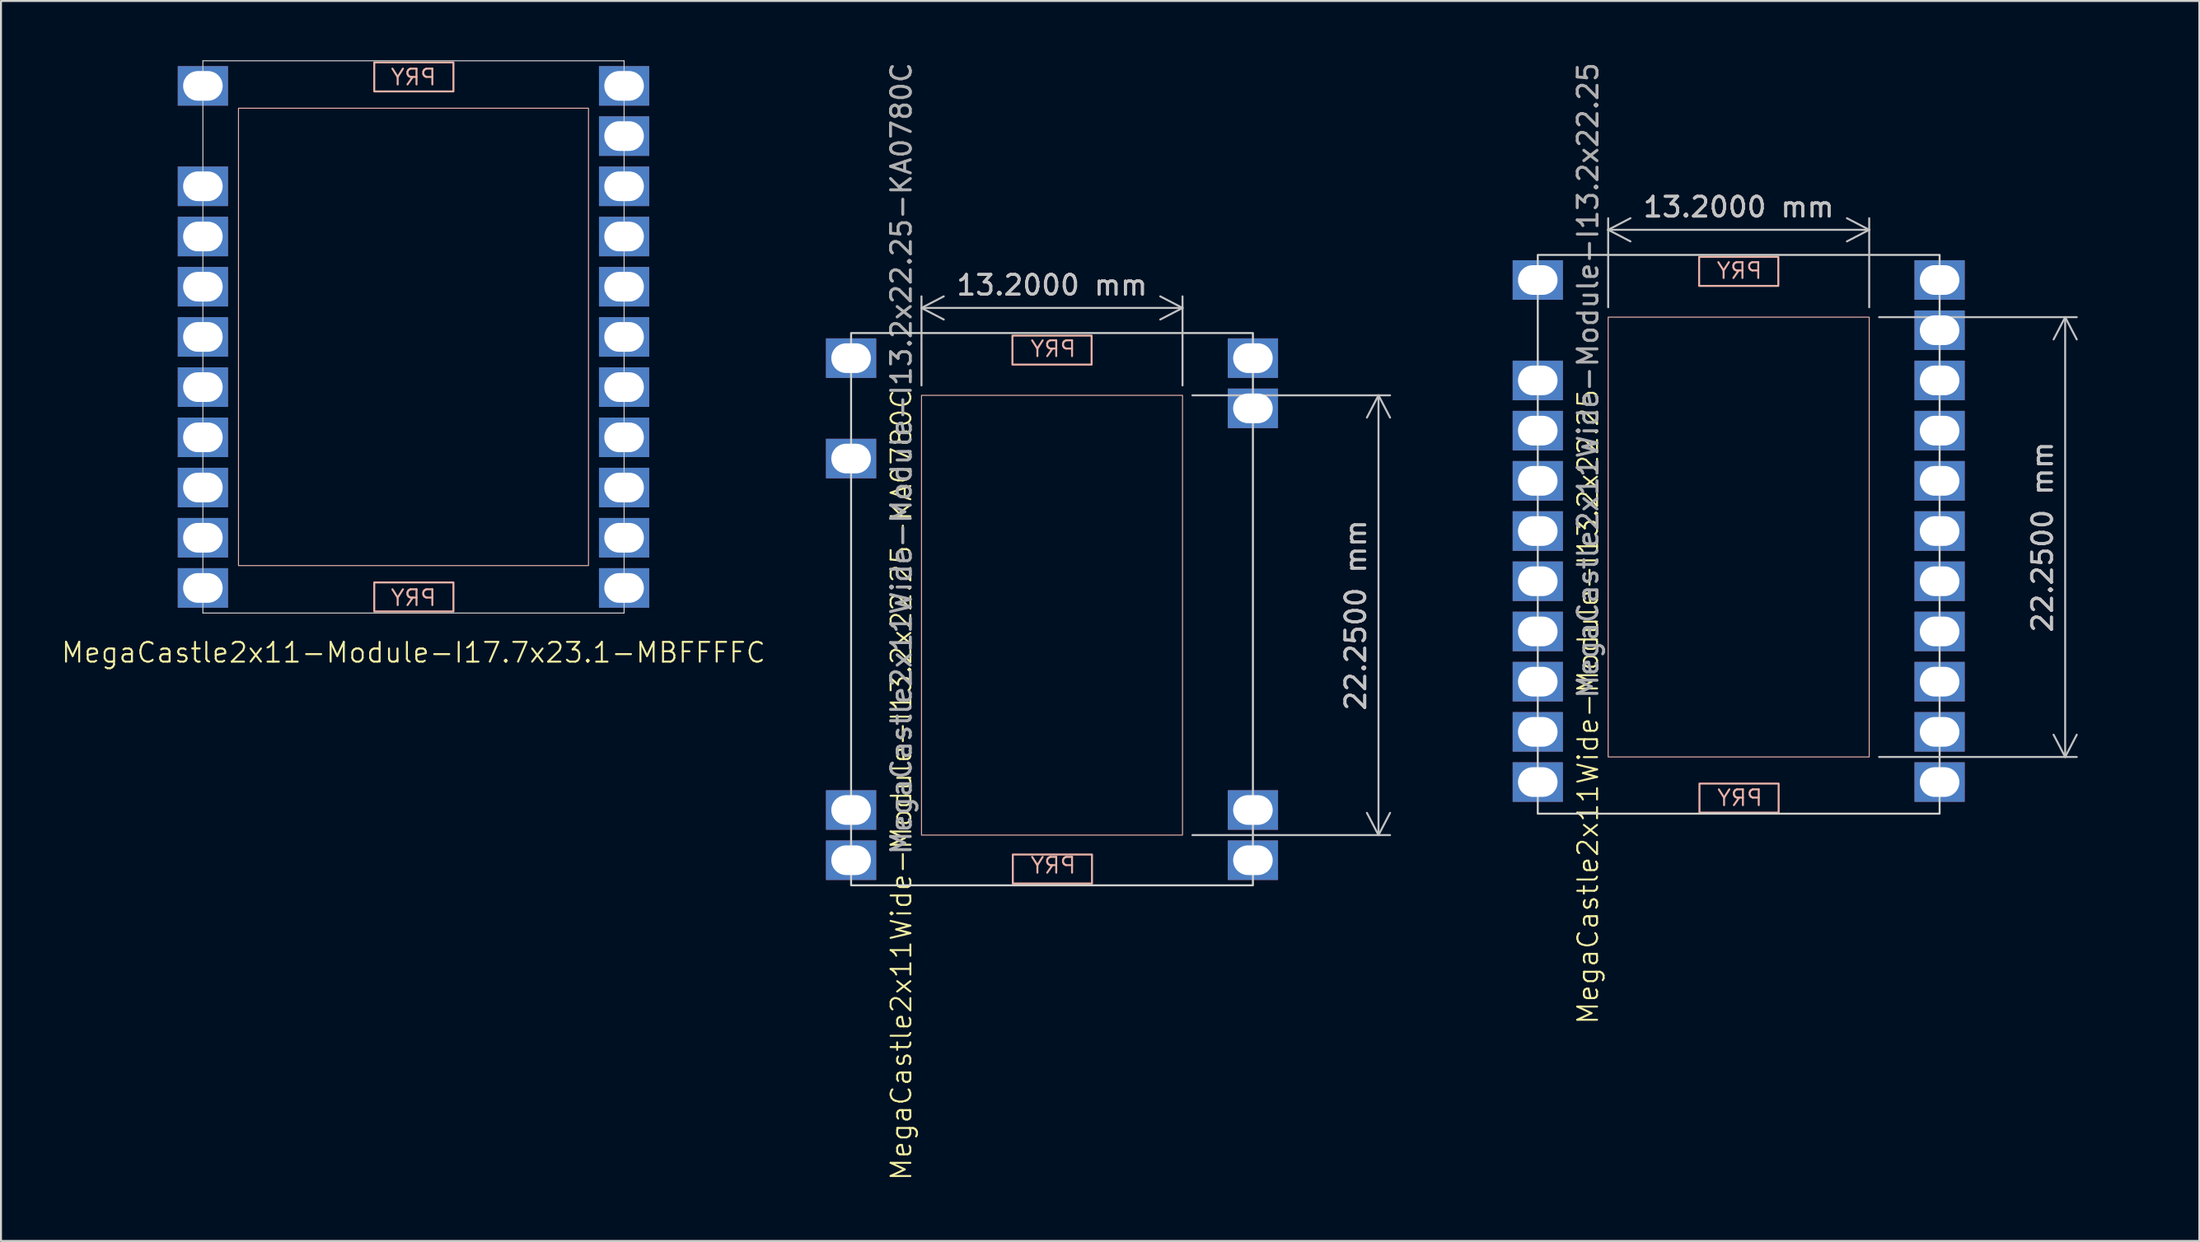
<source format=kicad_pcb>
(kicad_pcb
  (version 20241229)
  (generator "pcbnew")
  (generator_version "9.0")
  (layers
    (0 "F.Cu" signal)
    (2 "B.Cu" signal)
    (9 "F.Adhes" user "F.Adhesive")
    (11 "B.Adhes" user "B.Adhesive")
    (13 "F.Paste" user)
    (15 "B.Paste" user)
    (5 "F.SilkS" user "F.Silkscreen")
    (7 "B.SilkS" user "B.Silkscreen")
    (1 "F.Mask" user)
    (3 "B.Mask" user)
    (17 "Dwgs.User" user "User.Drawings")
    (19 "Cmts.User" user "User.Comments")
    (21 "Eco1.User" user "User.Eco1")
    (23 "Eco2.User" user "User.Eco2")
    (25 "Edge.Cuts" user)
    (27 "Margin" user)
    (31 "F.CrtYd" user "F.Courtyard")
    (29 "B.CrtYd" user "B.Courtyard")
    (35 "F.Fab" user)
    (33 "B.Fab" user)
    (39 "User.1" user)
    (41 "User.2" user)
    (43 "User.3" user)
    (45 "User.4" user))
  (footprint "MegaCastle2x11-Module-I17.7x23.1-MBFFFFC"
    (layer "F.Cu")
    (at 17.86 13.995)
    (property "Reference" "MegaCastle2x11-Module-I17.7x23.1-MBFFFFC" (at 0 15.97 0) (unlocked yes) (layer "F.SilkS") (effects (font (size 1 1) (thickness 0.1))))
    (attr smd)
    (fp_rect (start -8.85 11.57) (end 8.85 -11.57) (stroke (width 0.05) (type default)) (fill no) (layer "B.SilkS"))
    (fp_rect (start -1.984 -12.421) (end 2.02 -13.89) (stroke (width 0.1) (type default)) (fill no) (layer "B.SilkS"))
    (fp_rect (start -1.984 12.421) (end 2.02 13.89) (stroke (width 0.1) (type default)) (fill no) (layer "B.SilkS"))
    (fp_line (start -10.65 -13.97) (end -10.65 13.97) (stroke (width 0.05) (type default)) (layer "Edge.Cuts"))
    (fp_line (start -10.65 -13.97) (end 10.65 -13.97) (stroke (width 0.05) (type default)) (layer "Edge.Cuts"))
    (fp_line (start -10.65 13.97) (end 10.65 13.97) (stroke (width 0.05) (type default)) (layer "Edge.Cuts"))
    (fp_line (start 10.65 -13.97) (end 10.65 13.97) (stroke (width 0.05) (type default)) (layer "Edge.Cuts"))
    (fp_text user "PRY" (at 0 13.67 0) (unlocked yes) (layer "B.SilkS") (effects (font (size 0.8 0.8) (thickness 0.1)) (justify bottom mirror)))
    (fp_text user "PRY" (at 0 -12.67 0) (unlocked yes) (layer "B.SilkS") (effects (font (size 0.8 0.8) (thickness 0.1)) (justify bottom mirror)))
    (pad "1" thru_hole rect (at -10.65 -12.7) (size 2.54 2) (drill oval 2 1.5) (property pad_prop_castellated) (layers "*.Cu" "*.Mask"))
    (pad "3" thru_hole rect (at -10.65 -7.62) (size 2.54 2) (drill oval 2 1.5) (property pad_prop_castellated) (layers "*.Cu" "*.Mask"))
    (pad "4" thru_hole rect (at -10.65 -5.08) (size 2.54 2) (drill oval 2 1.5) (property pad_prop_castellated) (layers "*.Cu" "*.Mask"))
    (pad "5" thru_hole rect (at -10.65 -2.54) (size 2.54 2) (drill oval 2 1.5) (property pad_prop_castellated) (layers "*.Cu" "*.Mask"))
    (pad "6" thru_hole rect (at -10.65 0) (size 2.54 2) (drill oval 2 1.5) (property pad_prop_castellated) (layers "*.Cu" "*.Mask"))
    (pad "7" thru_hole rect (at -10.65 2.54) (size 2.54 2) (drill oval 2 1.5) (property pad_prop_castellated) (layers "*.Cu" "*.Mask"))
    (pad "8" thru_hole rect (at -10.65 5.08) (size 2.54 2) (drill oval 2 1.5) (property pad_prop_castellated) (layers "*.Cu" "*.Mask"))
    (pad "9" thru_hole rect (at -10.65 7.62) (size 2.54 2) (drill oval 2 1.5) (property pad_prop_castellated) (layers "*.Cu" "*.Mask"))
    (pad "10" thru_hole rect (at -10.65 10.16) (size 2.54 2) (drill oval 2 1.5) (property pad_prop_castellated) (layers "*.Cu" "*.Mask"))
    (pad "11" thru_hole rect (at -10.65 12.7) (size 2.54 2) (drill oval 2 1.5) (property pad_prop_castellated) (layers "*.Cu" "*.Mask"))
    (pad "12" thru_hole rect (at 10.65 -12.7) (size 2.54 2) (drill oval 2 1.5) (property pad_prop_castellated) (layers "*.Cu" "*.Mask"))
    (pad "13" thru_hole rect (at 10.65 -10.16) (size 2.54 2) (drill oval 2 1.5) (property pad_prop_castellated) (layers "*.Cu" "*.Mask"))
    (pad "14" thru_hole rect (at 10.65 -7.62) (size 2.54 2) (drill oval 2 1.5) (property pad_prop_castellated) (layers "*.Cu" "*.Mask"))
    (pad "15" thru_hole rect (at 10.65 -5.08) (size 2.54 2) (drill oval 2 1.5) (property pad_prop_castellated) (layers "*.Cu" "*.Mask"))
    (pad "16" thru_hole rect (at 10.65 -2.54) (size 2.54 2) (drill oval 2 1.5) (property pad_prop_castellated) (layers "*.Cu" "*.Mask"))
    (pad "17" thru_hole rect (at 10.65 0) (size 2.54 2) (drill oval 2 1.5) (property pad_prop_castellated) (layers "*.Cu" "*.Mask"))
    (pad "18" thru_hole rect (at 10.65 2.54) (size 2.54 2) (drill oval 2 1.5) (property pad_prop_castellated) (layers "*.Cu" "*.Mask"))
    (pad "19" thru_hole rect (at 10.65 5.08) (size 2.54 2) (drill oval 2 1.5) (property pad_prop_castellated) (layers "*.Cu" "*.Mask"))
    (pad "20" thru_hole rect (at 10.65 7.62) (size 2.54 2) (drill oval 2 1.5) (property pad_prop_castellated) (layers "*.Cu" "*.Mask"))
    (pad "21" thru_hole rect (at 10.65 10.16) (size 2.54 2) (drill oval 2 1.5) (property pad_prop_castellated) (layers "*.Cu" "*.Mask"))
    (pad "22" thru_hole rect (at 10.65 12.7) (size 2.54 2) (drill oval 2 1.5) (property pad_prop_castellated) (layers "*.Cu" "*.Mask"))
    (zone (net_name "") (layer "B.Cu") (hatch edge 0.5) (connect_pads) (min_thickness 0.25) (filled_areas_thickness no) (keepout (tracks allowed) (vias allowed) (pads allowed) (copperpour allowed) (footprints not_allowed)) (placement (enabled no)) (fill) (polygon (pts (xy 7.21 27.965) (xy 7.21 0.025) (xy 9.01 0.025) (xy 9.01 27.965))))
    (zone (net_name "") (layer "B.Cu") (hatch edge 0.5) (connect_pads) (min_thickness 0.25) (filled_areas_thickness no) (keepout (tracks allowed) (vias allowed) (pads allowed) (copperpour allowed) (footprints not_allowed)) (placement (enabled no)) (fill) (polygon (pts (xy 9.01 0.025) (xy 9.01 2.425) (xy 26.71 2.425) (xy 26.71 0.025))))
    (zone (net_name "") (layer "B.Cu") (hatch edge 0.5) (connect_pads) (min_thickness 0.25) (filled_areas_thickness no) (keepout (tracks allowed) (vias allowed) (pads allowed) (copperpour allowed) (footprints not_allowed)) (placement (enabled no)) (fill) (polygon (pts (xy 9.01 27.965) (xy 9.01 25.565) (xy 26.71 25.565) (xy 26.71 27.965))))
    (zone (net_name "") (layer "B.Cu") (name "Upper Pry Zone") (hatch edge 0.5) (connect_pads) (min_thickness 0.25) (filled_areas_thickness no) (keepout (tracks not_allowed) (vias not_allowed) (pads not_allowed) (copperpour allowed) (footprints not_allowed)) (placement (enabled no)) (fill) (polygon (pts (xy 15.875 1.574) (xy 15.875 0.105) (xy 19.879 0.105) (xy 19.879 1.574))))
    (zone (net_name "") (layer "B.Cu") (name "Upper Pry Zone") (hatch edge 0.5) (connect_pads) (min_thickness 0.25) (filled_areas_thickness no) (keepout (tracks not_allowed) (vias not_allowed) (pads not_allowed) (copperpour allowed) (footprints not_allowed)) (placement (enabled no)) (fill) (polygon (pts (xy 15.875 26.416) (xy 15.875 27.885) (xy 19.879 27.885) (xy 19.879 26.416))))
    (zone (net_name "") (layer "B.Cu") (hatch edge 0.5) (connect_pads) (min_thickness 0.25) (filled_areas_thickness no) (keepout (tracks allowed) (vias allowed) (pads allowed) (copperpour allowed) (footprints not_allowed)) (placement (enabled no)) (fill) (polygon (pts (xy 28.51 27.965) (xy 28.51 0.025) (xy 26.71 0.025) (xy 26.71 27.965)))))
  (footprint "MegaCastle2x11Wide-Module-I13.2x22.25"
    (layer "F.Cu")
    (at 84.874 22.546)
    (property "Reference" "MegaCastle2x11Wide-Module-I13.2x22.25" (at -7.62 10.16 90) (unlocked yes) (layer "F.SilkS") (effects (font (size 1 1) (thickness 0.1))))
    (attr smd)
    (fp_rect (start -6.6 12.7) (end 6.6 -9.55) (stroke (width 0.05) (type default)) (fill no) (layer "B.SilkS"))
    (fp_rect (start -2 -12.6) (end 2.004 -11.131) (stroke (width 0.1) (type default)) (fill no) (layer "B.SilkS"))
    (fp_rect (start -1.984 14.046) (end 2.02 15.515) (stroke (width 0.1) (type default)) (fill no) (layer "B.SilkS"))
    (fp_rect (start -10.16 -12.7) (end 10.16 15.57) (stroke (width 0.1) (type default)) (fill no) (layer "Edge.Cuts"))
    (fp_text user "PRY" (at 1.245 -11.43 0) (unlocked yes) (layer "B.SilkS") (effects (font (size 0.8 0.8) (thickness 0.1)) (justify left bottom mirror)))
    (fp_text user "PRY" (at 1.27 15.24 0) (unlocked yes) (layer "B.SilkS") (effects (font (size 0.8 0.8) (thickness 0.1)) (justify left bottom mirror)))
    (fp_text user "${REFERENCE}" (at -7.62 -6.35 90) (unlocked yes) (layer "F.Fab") (effects (font (size 1 1) (thickness 0.15))))
    (dimension (type aligned) (layer "Dwgs.User") (pts (xy 91.474 12.996) (xy 91.474 35.246)) (height -9.91) (format (prefix "") (suffix "") (units 3) (units_format 1) (precision 4)) (style (thickness 0.1) (arrow_length 1.27) (text_position_mode 0) (arrow_direction outward) (extension_height 0.586) (extension_offset 0.5) (keep_text_aligned yes)) (gr_text "22.2500 mm" (at 100.234 24.121 90) (layer "Dwgs.User") (effects (font (size 1 1) (thickness 0.15)))))
    (dimension (type aligned) (layer "Dwgs.User") (pts (xy 78.274 12.996) (xy 91.474 12.996)) (height -4.42) (format (prefix "") (suffix "") (units 3) (units_format 1) (precision 4)) (style (thickness 0.1) (arrow_length 1.27) (text_position_mode 0) (arrow_direction outward) (extension_height 0.586) (extension_offset 0.5) (keep_text_aligned yes)) (gr_text "13.2000 mm" (at 84.874 7.426 0) (layer "Dwgs.User") (effects (font (size 1 1) (thickness 0.15)))))
    (pad "1" thru_hole rect (at -10.16 -11.43) (size 2.54 2) (drill oval 2 1.5) (property pad_prop_castellated) (layers "*.Cu" "*.Mask"))
    (pad "3" thru_hole rect (at -10.16 -6.35) (size 2.54 2) (drill oval 2 1.5) (property pad_prop_castellated) (layers "*.Cu" "*.Mask"))
    (pad "4" thru_hole rect (at -10.16 -3.81) (size 2.54 2) (drill oval 2 1.5) (property pad_prop_castellated) (layers "*.Cu" "*.Mask"))
    (pad "5" thru_hole rect (at -10.16 -1.27) (size 2.54 2) (drill oval 2 1.5) (property pad_prop_castellated) (layers "*.Cu" "*.Mask"))
    (pad "6" thru_hole rect (at -10.16 1.27) (size 2.54 2) (drill oval 2 1.5) (property pad_prop_castellated) (layers "*.Cu" "*.Mask"))
    (pad "7" thru_hole rect (at -10.16 3.81) (size 2.54 2) (drill oval 2 1.5) (property pad_prop_castellated) (layers "*.Cu" "*.Mask"))
    (pad "8" thru_hole rect (at -10.16 6.35) (size 2.54 2) (drill oval 2 1.5) (property pad_prop_castellated) (layers "*.Cu" "*.Mask"))
    (pad "9" thru_hole rect (at -10.16 8.89) (size 2.54 2) (drill oval 2 1.5) (property pad_prop_castellated) (layers "*.Cu" "*.Mask"))
    (pad "10" thru_hole rect (at -10.16 11.43) (size 2.54 2) (drill oval 2 1.5) (property pad_prop_castellated) (layers "*.Cu" "*.Mask"))
    (pad "11" thru_hole rect (at -10.16 13.97) (size 2.54 2) (drill oval 2 1.5) (property pad_prop_castellated) (layers "*.Cu" "*.Mask"))
    (pad "12" thru_hole rect (at 10.16 -11.43) (size 2.54 2) (drill oval 2 1.5) (property pad_prop_castellated) (layers "*.Cu" "*.Mask"))
    (pad "13" thru_hole rect (at 10.16 -8.89) (size 2.54 2) (drill oval 2 1.5) (property pad_prop_castellated) (layers "*.Cu" "*.Mask"))
    (pad "14" thru_hole rect (at 10.16 -6.35) (size 2.54 2) (drill oval 2 1.5) (property pad_prop_castellated) (layers "*.Cu" "*.Mask"))
    (pad "15" thru_hole rect (at 10.16 -3.81) (size 2.54 2) (drill oval 2 1.5) (property pad_prop_castellated) (layers "*.Cu" "*.Mask"))
    (pad "16" thru_hole rect (at 10.16 -1.27) (size 2.54 2) (drill oval 2 1.5) (property pad_prop_castellated) (layers "*.Cu" "*.Mask"))
    (pad "17" thru_hole rect (at 10.16 1.27) (size 2.54 2) (drill oval 2 1.5) (property pad_prop_castellated) (layers "*.Cu" "*.Mask"))
    (pad "18" thru_hole rect (at 10.16 3.81) (size 2.54 2) (drill oval 2 1.5) (property pad_prop_castellated) (layers "*.Cu" "*.Mask"))
    (pad "19" thru_hole rect (at 10.16 6.35) (size 2.54 2) (drill oval 2 1.5) (property pad_prop_castellated) (layers "*.Cu" "*.Mask"))
    (pad "20" thru_hole rect (at 10.16 8.89) (size 2.54 2) (drill oval 2 1.5) (property pad_prop_castellated) (layers "*.Cu" "*.Mask"))
    (pad "21" thru_hole rect (at 10.16 11.43) (size 2.54 2) (drill oval 2 1.5) (property pad_prop_castellated) (layers "*.Cu" "*.Mask"))
    (pad "22" thru_hole rect (at 10.16 13.97) (size 2.54 2) (drill oval 2 1.5) (property pad_prop_castellated) (layers "*.Cu" "*.Mask"))
    (zone (net_name "") (layer "B.Cu") (hatch edge 0.5) (connect_pads) (min_thickness 0.25) (filled_areas_thickness no) (keepout (tracks allowed) (vias allowed) (pads allowed) (copperpour allowed) (footprints not_allowed)) (placement (enabled no)) (fill) (polygon (pts (xy 74.714 34.976) (xy 74.978 12.79) (xy 76.714 12.79) (xy 76.714 34.976))))
    (zone (net_name "") (layer "B.Cu") (name "Upper Pry Zone") (hatch edge 0.5) (connect_pads) (min_thickness 0.25) (filled_areas_thickness no) (keepout (tracks not_allowed) (vias not_allowed) (pads not_allowed) (copperpour allowed) (footprints not_allowed)) (placement (enabled no)) (fill) (polygon (pts (xy 82.84 11.293) (xy 82.837 9.83) (xy 86.843 9.836) (xy 86.831 11.296))))
    (zone (net_name "") (layer "B.Cu") (name "Upper Pry Zone") (hatch edge 0.5) (connect_pads) (min_thickness 0.25) (filled_areas_thickness no) (keepout (tracks not_allowed) (vias not_allowed) (pads not_allowed) (copperpour allowed) (footprints not_allowed)) (placement (enabled no)) (fill) (polygon (pts (xy 82.876 37.98) (xy 82.872 36.516) (xy 86.878 36.522) (xy 86.866 37.983))))
    (zone (net_name "") (layer "B.Cu") (hatch edge 0.5) (connect_pads) (min_thickness 0.25) (filled_areas_thickness no) (keepout (tracks allowed) (vias allowed) (pads allowed) (copperpour allowed) (footprints not_allowed)) (placement (enabled no)) (fill) (polygon (pts (xy 92.769 34.843) (xy 93.034 12.656) (xy 94.769 12.657) (xy 94.769 34.843))))
    (zone (net_name "") (layer "B.Cu") (hatch edge 0.5) (connect_pads) (min_thickness 0.25) (filled_areas_thickness no) (keepout (tracks allowed) (vias allowed) (pads allowed) (copperpour allowed) (footprints not_allowed)) (placement (enabled no)) (fill) (polygon (pts (xy 95.063 17.071) (xy 95.095 10.272) (xy 93.369 10.258) (xy 93.359 17.081))))
    (zone (net_name "") (layer "B.Cu") (hatch edge 0.5) (connect_pads) (min_thickness 0.25) (filled_areas_thickness no) (keepout (tracks allowed) (vias allowed) (pads allowed) (copperpour allowed) (footprints not_allowed)) (placement (enabled no)) (fill) (polygon (pts (xy 95.063 29.771) (xy 95.095 22.972) (xy 93.369 22.958) (xy 93.359 29.781))))
    (zone (net_name "") (layer "B.Cu") (hatch edge 0.5) (connect_pads) (min_thickness 0.25) (filled_areas_thickness no) (keepout (tracks allowed) (vias allowed) (pads allowed) (copperpour allowed) (footprints not_allowed)) (placement (enabled no)) (fill) (polygon (pts (xy 74.961 37.989) (xy 74.974 35.031) (xy 94.762 35.057) (xy 94.779 38.003) (xy 86.875 37.974) (xy 86.863 36.513) (xy 82.872 36.516) (xy 82.869 37.98))))
    (zone (net_name "") (layer "B.Cu") (hatch edge 0.5) (connect_pads) (min_thickness 0.25) (filled_areas_thickness no) (keepout (tracks allowed) (vias allowed) (pads allowed) (copperpour allowed) (footprints not_allowed)) (placement (enabled no)) (fill) (polygon (pts (xy 74.964 9.832) (xy 74.978 12.79) (xy 94.766 12.764) (xy 94.783 9.818) (xy 86.878 9.847) (xy 86.866 11.308) (xy 82.875 11.304) (xy 82.872 9.841)))))
  (footprint "MegaCastle2x11Wide-Module-I13.2x22.25-KA0780C"
    (layer "F.Cu")
    (at 50.149 26.499)
    (property "Reference" "MegaCastle2x11Wide-Module-I13.2x22.25-KA0780C" (at -7.62 10.16 90) (unlocked yes) (layer "F.SilkS") (effects (font (size 1 1) (thickness 0.1))))
    (attr smd)
    (fp_rect (start -6.6 12.7) (end 6.6 -9.55) (stroke (width 0.05) (type default)) (fill no) (layer "B.SilkS"))
    (fp_rect (start -2.002 -12.572) (end 2.002 -11.103) (stroke (width 0.1) (type default)) (fill no) (layer "B.SilkS"))
    (fp_rect (start -1.982 13.682) (end 2.022 15.15) (stroke (width 0.1) (type default)) (fill no) (layer "B.SilkS"))
    (fp_rect (start -10.16 -12.7) (end 10.16 15.24) (stroke (width 0.1) (type default)) (fill no) (layer "Edge.Cuts"))
    (fp_text user "PRY" (at 1.27 -11.43 0) (unlocked yes) (layer "B.SilkS") (effects (font (size 0.8 0.8) (thickness 0.1)) (justify left bottom mirror)))
    (fp_text user "PRY" (at 1.27 14.704 0) (unlocked yes) (layer "B.SilkS") (effects (font (size 0.8 0.8) (thickness 0.1)) (justify left bottom mirror)))
    (fp_text user "${REFERENCE}" (at -7.62 -6.35 90) (unlocked yes) (layer "F.Fab") (effects (font (size 1 1) (thickness 0.15))))
    (dimension (type aligned) (layer "Dwgs.User") (pts (xy 56.749 16.949) (xy 56.749 39.199)) (height -9.91) (format (prefix "") (suffix "") (units 3) (units_format 1) (precision 4)) (style (thickness 0.1) (arrow_length 1.27) (text_position_mode 0) (arrow_direction outward) (extension_height 0.586) (extension_offset 0.5) (keep_text_aligned yes)) (gr_text "22.2500 mm" (at 65.509 28.074 90) (layer "Dwgs.User") (effects (font (size 1 1) (thickness 0.15)))))
    (dimension (type aligned) (layer "Dwgs.User") (pts (xy 43.549 16.949) (xy 56.749 16.949)) (height -4.42) (format (prefix "") (suffix "") (units 3) (units_format 1) (precision 4)) (style (thickness 0.1) (arrow_length 1.27) (text_position_mode 0) (arrow_direction outward) (extension_height 0.586) (extension_offset 0.5) (keep_text_aligned yes)) (gr_text "13.2000 mm" (at 50.149 11.379 0) (layer "Dwgs.User") (effects (font (size 1 1) (thickness 0.15)))))
    (pad "1" thru_hole rect (at -10.16 -11.43) (size 2.54 2) (drill oval 2 1.5) (property pad_prop_castellated) (layers "*.Cu" "*.Mask"))
    (pad "3" thru_hole rect (at -10.16 -6.35) (size 2.54 2) (drill oval 2 1.5) (property pad_prop_castellated) (layers "*.Cu" "*.Mask"))
    (pad "10" thru_hole rect (at -10.16 11.43) (size 2.54 2) (drill oval 2 1.5) (property pad_prop_castellated) (layers "*.Cu" "*.Mask"))
    (pad "11" thru_hole rect (at -10.16 13.97) (size 2.54 2) (drill oval 2 1.5) (property pad_prop_castellated) (layers "*.Cu" "*.Mask"))
    (pad "12" thru_hole rect (at 10.16 -11.43) (size 2.54 2) (drill oval 2 1.5) (property pad_prop_castellated) (layers "*.Cu" "*.Mask"))
    (pad "13" thru_hole rect (at 10.16 -8.89) (size 2.54 2) (drill oval 2 1.5) (property pad_prop_castellated) (layers "*.Cu" "*.Mask"))
    (pad "21" thru_hole rect (at 10.16 11.43) (size 2.54 2) (drill oval 2 1.5) (property pad_prop_castellated) (layers "*.Cu" "*.Mask"))
    (pad "22" thru_hole rect (at 10.16 13.97) (size 2.54 2) (drill oval 2 1.5) (property pad_prop_castellated) (layers "*.Cu" "*.Mask"))
    (zone (net_name "") (layer "B.Cu") (hatch edge 0.5) (connect_pads) (min_thickness 0.25) (filled_areas_thickness no) (keepout (tracks allowed) (vias allowed) (pads allowed) (copperpour allowed) (footprints not_allowed)) (placement (enabled no)) (fill) (polygon (pts (xy 39.989 38.929) (xy 40.253 16.742) (xy 41.989 16.742) (xy 41.989 38.929))))
    (zone (net_name "") (layer "B.Cu") (name "Upper Pry Zone") (hatch edge 0.5) (connect_pads) (min_thickness 0.25) (filled_areas_thickness no) (keepout (tracks not_allowed) (vias not_allowed) (pads not_allowed) (copperpour allowed) (footprints not_allowed)) (placement (enabled no)) (fill) (polygon (pts (xy 48.116 15.245) (xy 48.112 13.782) (xy 52.118 13.788) (xy 52.106 15.249))))
    (zone (net_name "") (layer "B.Cu") (name "Upper Pry Zone") (hatch edge 0.5) (connect_pads) (min_thickness 0.25) (filled_areas_thickness no) (keepout (tracks not_allowed) (vias not_allowed) (pads not_allowed) (copperpour allowed) (footprints not_allowed)) (placement (enabled no)) (fill) (polygon (pts (xy 48.151 41.932) (xy 48.148 40.469) (xy 52.154 40.475) (xy 52.141 41.935))))
    (zone (net_name "") (layer "B.Cu") (hatch edge 0.5) (connect_pads) (min_thickness 0.25) (filled_areas_thickness no) (keepout (tracks allowed) (vias allowed) (pads allowed) (copperpour allowed) (footprints not_allowed)) (placement (enabled no)) (fill) (polygon (pts (xy 58.045 38.795) (xy 58.309 16.609) (xy 60.045 16.609) (xy 60.045 38.795))))
    (zone (net_name "") (layer "B.Cu") (hatch edge 0.5) (connect_pads) (min_thickness 0.25) (filled_areas_thickness no) (keepout (tracks allowed) (vias allowed) (pads allowed) (copperpour allowed) (footprints not_allowed)) (placement (enabled no)) (fill) (polygon (pts (xy 60.339 21.023) (xy 60.371 14.224) (xy 58.645 14.211) (xy 58.635 21.033))))
    (zone (net_name "") (layer "B.Cu") (hatch edge 0.5) (connect_pads) (min_thickness 0.25) (filled_areas_thickness no) (keepout (tracks allowed) (vias allowed) (pads allowed) (copperpour allowed) (footprints not_allowed)) (placement (enabled no)) (fill) (polygon (pts (xy 60.339 33.723) (xy 60.371 26.924) (xy 58.645 26.911) (xy 58.635 33.733))))
    (zone (net_name "") (layer "B.Cu") (hatch edge 0.5) (connect_pads) (min_thickness 0.25) (filled_areas_thickness no) (keepout (tracks allowed) (vias allowed) (pads allowed) (copperpour allowed) (footprints not_allowed)) (placement (enabled no)) (fill) (polygon (pts (xy 40.236 41.941) (xy 40.25 38.983) (xy 60.038 39.009) (xy 60.055 41.955) (xy 52.15 41.926) (xy 52.138 40.466) (xy 48.148 40.469) (xy 48.144 41.932))))
    (zone (net_name "") (layer "B.Cu") (hatch edge 0.5) (connect_pads) (min_thickness 0.25) (filled_areas_thickness no) (keepout (tracks allowed) (vias allowed) (pads allowed) (copperpour allowed) (footprints not_allowed)) (placement (enabled no)) (fill) (polygon (pts (xy 40.239 13.784) (xy 40.253 16.742) (xy 60.041 16.716) (xy 60.058 13.77) (xy 52.154 13.8) (xy 52.141 15.26) (xy 48.151 15.257) (xy 48.148 13.794)))))
  (gr_rect
    (start -3 -3)
    (end 108.168 59.733)
    (stroke (width 0.1) (type default))
    (fill no)
    (layer "Edge.Cuts")))
</source>
